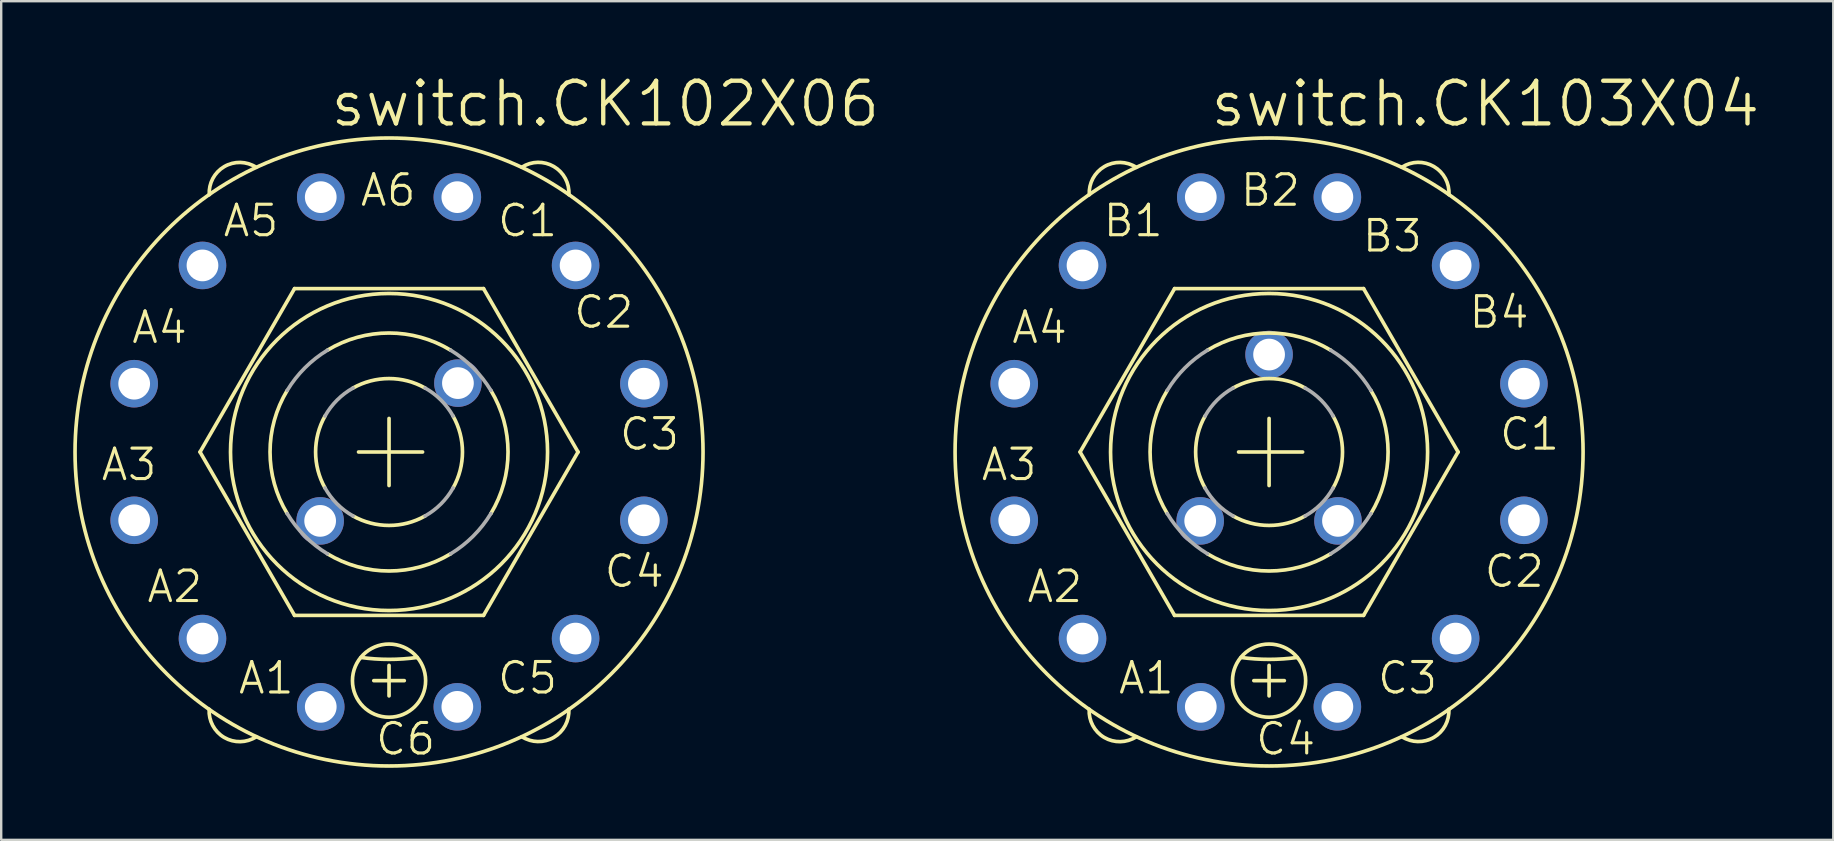
<source format=kicad_pcb>
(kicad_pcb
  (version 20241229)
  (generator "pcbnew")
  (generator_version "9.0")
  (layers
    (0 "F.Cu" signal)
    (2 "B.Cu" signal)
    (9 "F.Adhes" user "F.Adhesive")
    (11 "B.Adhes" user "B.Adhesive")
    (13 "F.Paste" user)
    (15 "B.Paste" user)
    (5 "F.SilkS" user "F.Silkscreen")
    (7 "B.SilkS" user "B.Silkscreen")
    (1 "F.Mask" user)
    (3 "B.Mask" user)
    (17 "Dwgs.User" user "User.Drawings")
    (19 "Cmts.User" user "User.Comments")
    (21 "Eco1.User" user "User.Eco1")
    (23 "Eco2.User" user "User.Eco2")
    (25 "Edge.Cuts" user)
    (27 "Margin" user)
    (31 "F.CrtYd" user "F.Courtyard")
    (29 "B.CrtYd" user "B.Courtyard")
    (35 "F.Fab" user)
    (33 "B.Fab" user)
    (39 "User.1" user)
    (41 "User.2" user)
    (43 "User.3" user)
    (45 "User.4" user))
  (footprint "switch.CK102X06"
    (layer "F.Cu")
    (at 13.157 15.78)
    (property "Reference" "switch.CK102X06" (at -2.54 -13.462 0) (layer "F.SilkS") (effects (font (size 1.778 1.778) (thickness 0.18)) (justify left bottom)))
    (attr through_hole)
    (fp_line (start -7.874 0) (end -3.937 -6.807) (stroke (width 0.152) (type default)) (layer "F.SilkS"))
    (fp_line (start -3.937 -6.807) (end 3.937 -6.807) (stroke (width 0.152) (type default)) (layer "F.SilkS"))
    (fp_line (start -3.937 6.807) (end -7.874 0) (stroke (width 0.152) (type default)) (layer "F.SilkS"))
    (fp_line (start -1.27 0) (end 1.397 0) (stroke (width 0.152) (type default)) (layer "F.SilkS"))
    (fp_line (start -0.635 9.525) (end 0.635 9.525) (stroke (width 0.152) (type default)) (layer "F.SilkS"))
    (fp_line (start 0 1.397) (end 0 -1.397) (stroke (width 0.152) (type default)) (layer "F.SilkS"))
    (fp_line (start 0 8.89) (end 0 10.16) (stroke (width 0.152) (type default)) (layer "F.SilkS"))
    (fp_line (start 3.937 -6.807) (end 7.874 0) (stroke (width 0.152) (type default)) (layer "F.SilkS"))
    (fp_line (start 3.937 6.807) (end -3.937 6.807) (stroke (width 0.152) (type default)) (layer "F.SilkS"))
    (fp_line (start 7.874 0) (end 3.937 6.807) (stroke (width 0.152) (type default)) (layer "F.SilkS"))
    (fp_arc (start -7.4889 -10.719) (mid -6.863775 -11.889487) (end -5.5371 -11.862) (stroke (width 0.1524) (type default)) (layer "F.SilkS"))
    (fp_arc (start -5.535 11.8652) (mid -6.865842 11.89293) (end -7.493 10.7188) (stroke (width 0.1524) (type default)) (layer "F.SilkS"))
    (fp_arc (start -4.2418 2.5654) (mid -4.957232 0) (end -4.2418 -2.5654) (stroke (width 0.1524) (type default)) (layer "F.SilkS"))
    (fp_arc (start -2.667 1.4986) (mid -3.059198 0) (end -2.667 -1.4986) (stroke (width 0.1524) (type default)) (layer "F.SilkS"))
    (fp_arc (start -2.5654 -4.2418) (mid 0 -4.957232) (end 2.5654 -4.2418) (stroke (width 0.1524) (type default)) (layer "F.SilkS"))
    (fp_arc (start -1.4986 -2.667) (mid 0 -3.059198) (end 1.4986 -2.667) (stroke (width 0.1524) (type default)) (layer "F.SilkS"))
    (fp_arc (start 1.1684 8.5598) (mid 0 8.639174) (end -1.1684 8.5598) (stroke (width 0.1524) (type default)) (layer "F.SilkS"))
    (fp_arc (start 1.4986 2.667) (mid 0 3.059198) (end -1.4986 2.667) (stroke (width 0.1524) (type default)) (layer "F.SilkS"))
    (fp_arc (start 2.5654 4.2418) (mid 0 4.957232) (end -2.5654 4.2418) (stroke (width 0.1524) (type default)) (layer "F.SilkS"))
    (fp_arc (start 2.667 -1.4986) (mid 3.059198 0) (end 2.667 1.4986) (stroke (width 0.1524) (type default)) (layer "F.SilkS"))
    (fp_arc (start 4.2418 -2.5654) (mid 4.957232 0) (end 4.2418 2.5654) (stroke (width 0.1524) (type default)) (layer "F.SilkS"))
    (fp_arc (start 5.535 -11.8652) (mid 6.865842 -11.89293) (end 7.493 -10.7188) (stroke (width 0.1524) (type default)) (layer "F.SilkS"))
    (fp_arc (start 7.4886 10.719) (mid 6.863613 11.889263) (end 5.5372 11.8618) (stroke (width 0.1524) (type default)) (layer "F.SilkS"))
    (fp_circle (center 0 0) (end 6.604 0) (stroke (width 0.152) (type default)) (fill no) (layer "F.SilkS"))
    (fp_circle (center 0 0) (end 13.081 0) (stroke (width 0.152) (type default)) (fill no) (layer "F.SilkS"))
    (fp_circle (center 0 9.525) (end 1.524 9.525) (stroke (width 0.152) (type default)) (fill no) (layer "F.SilkS"))
    (fp_arc (start -4.2418 -2.5654) (mid -3.505292 -3.505292) (end -2.5654 -4.2418) (stroke (width 0.1524) (type default)) (layer "F.Fab"))
    (fp_arc (start -2.667 -1.4986) (mid -2.163179 -2.163179) (end -1.4986 -2.667) (stroke (width 0.1524) (type default)) (layer "F.Fab"))
    (fp_arc (start -2.5654 4.2418) (mid -3.505292 3.505292) (end -4.2418 2.5654) (stroke (width 0.1524) (type default)) (layer "F.Fab"))
    (fp_arc (start -1.4986 2.667) (mid -2.163179 2.163179) (end -2.667 1.4986) (stroke (width 0.1524) (type default)) (layer "F.Fab"))
    (fp_arc (start 1.4986 -2.667) (mid 2.163179 -2.163179) (end 2.667 -1.4986) (stroke (width 0.1524) (type default)) (layer "F.Fab"))
    (fp_arc (start 2.5654 -4.2418) (mid 3.505292 -3.505292) (end 4.2418 -2.5654) (stroke (width 0.1524) (type default)) (layer "F.Fab"))
    (fp_arc (start 2.667 1.4986) (mid 2.163179 2.163179) (end 1.4986 2.667) (stroke (width 0.1524) (type default)) (layer "F.Fab"))
    (fp_arc (start 4.2418 2.5654) (mid 3.505292 3.505292) (end 2.5654 4.2418) (stroke (width 0.1524) (type default)) (layer "F.Fab"))
    (fp_text user "A2" (at -10.16 6.35 0) (layer "F.SilkS") (effects (font (size 1.27 1.27) (thickness 0.13)) (justify left bottom)))
    (fp_text user "C1" (at 4.445 -8.89 0) (layer "F.SilkS") (effects (font (size 1.27 1.27) (thickness 0.13)) (justify left bottom)))
    (fp_text user "C3" (at 9.525 0 0) (layer "F.SilkS") (effects (font (size 1.27 1.27) (thickness 0.13)) (justify left bottom)))
    (fp_text user "A6" (at -1.27 -10.16 0) (layer "F.SilkS") (effects (font (size 1.27 1.27) (thickness 0.13)) (justify left bottom)))
    (fp_text user "A1" (at -6.35 10.16 0) (layer "F.SilkS") (effects (font (size 1.27 1.27) (thickness 0.13)) (justify left bottom)))
    (fp_text user "A5" (at -6.985 -8.89 0) (layer "F.SilkS") (effects (font (size 1.27 1.27) (thickness 0.13)) (justify left bottom)))
    (fp_text user "C2" (at 7.62 -5.08 0) (layer "F.SilkS") (effects (font (size 1.27 1.27) (thickness 0.13)) (justify left bottom)))
    (fp_text user "C6" (at -0.635 12.7 0) (layer "F.SilkS") (effects (font (size 1.27 1.27) (thickness 0.13)) (justify left bottom)))
    (fp_text user "A3" (at -12.065 1.27 0) (layer "F.SilkS") (effects (font (size 1.27 1.27) (thickness 0.13)) (justify left bottom)))
    (fp_text user "C4" (at 8.89 5.715 0) (layer "F.SilkS") (effects (font (size 1.27 1.27) (thickness 0.13)) (justify left bottom)))
    (fp_text user "C5" (at 4.445 10.16 0) (layer "F.SilkS") (effects (font (size 1.27 1.27) (thickness 0.13)) (justify left bottom)))
    (fp_text user "A4" (at -10.795 -4.445 0) (layer "F.SilkS") (effects (font (size 1.27 1.27) (thickness 0.13)) (justify left bottom)))
    (pad "A" thru_hole circle (at -2.87 2.87) (size 1.981 1.981) (drill 1.321) (layers "*.Cu" "*.Mask"))
    (pad "A1" thru_hole circle (at -2.845 10.617) (size 1.981 1.981) (drill 1.321) (layers "*.Cu" "*.Mask"))
    (pad "A2" thru_hole circle (at -7.772 7.772) (size 1.981 1.981) (drill 1.321) (layers "*.Cu" "*.Mask"))
    (pad "A3" thru_hole circle (at -10.617 2.845) (size 1.981 1.981) (drill 1.321) (layers "*.Cu" "*.Mask"))
    (pad "A4" thru_hole circle (at -10.617 -2.845) (size 1.981 1.981) (drill 1.321) (layers "*.Cu" "*.Mask"))
    (pad "A5" thru_hole circle (at -7.772 -7.772) (size 1.981 1.981) (drill 1.321) (layers "*.Cu" "*.Mask"))
    (pad "A6" thru_hole circle (at -2.845 -10.617) (size 1.981 1.981) (drill 1.321) (layers "*.Cu" "*.Mask"))
    (pad "C" thru_hole circle (at 2.87 -2.87) (size 1.981 1.981) (drill 1.321) (layers "*.Cu" "*.Mask"))
    (pad "C1" thru_hole circle (at 2.845 -10.617) (size 1.981 1.981) (drill 1.321) (layers "*.Cu" "*.Mask"))
    (pad "C2" thru_hole circle (at 7.772 -7.772) (size 1.981 1.981) (drill 1.321) (layers "*.Cu" "*.Mask"))
    (pad "C3" thru_hole circle (at 10.617 -2.845) (size 1.981 1.981) (drill 1.321) (layers "*.Cu" "*.Mask"))
    (pad "C4" thru_hole circle (at 10.617 2.845) (size 1.981 1.981) (drill 1.321) (layers "*.Cu" "*.Mask"))
    (pad "C5" thru_hole circle (at 7.772 7.772) (size 1.981 1.981) (drill 1.321) (layers "*.Cu" "*.Mask"))
    (pad "C6" thru_hole circle (at 2.845 10.617) (size 1.981 1.981) (drill 1.321) (layers "*.Cu" "*.Mask")))
  (footprint "switch.CK103X04"
    (layer "F.Cu")
    (at 49.819 15.78)
    (property "Reference" "switch.CK103X04" (at -2.54 -13.462 0) (layer "F.SilkS") (effects (font (size 1.778 1.778) (thickness 0.18)) (justify left bottom)))
    (attr through_hole)
    (fp_line (start -7.874 0) (end -3.937 -6.807) (stroke (width 0.152) (type default)) (layer "F.SilkS"))
    (fp_line (start -3.937 -6.807) (end 3.937 -6.807) (stroke (width 0.152) (type default)) (layer "F.SilkS"))
    (fp_line (start -3.937 6.807) (end -7.874 0) (stroke (width 0.152) (type default)) (layer "F.SilkS"))
    (fp_line (start -1.27 0) (end 1.397 0) (stroke (width 0.152) (type default)) (layer "F.SilkS"))
    (fp_line (start -0.635 9.525) (end 0.635 9.525) (stroke (width 0.152) (type default)) (layer "F.SilkS"))
    (fp_line (start 0 1.397) (end 0 -1.397) (stroke (width 0.152) (type default)) (layer "F.SilkS"))
    (fp_line (start 0 8.89) (end 0 10.16) (stroke (width 0.152) (type default)) (layer "F.SilkS"))
    (fp_line (start 3.937 -6.807) (end 7.874 0) (stroke (width 0.152) (type default)) (layer "F.SilkS"))
    (fp_line (start 3.937 6.807) (end -3.937 6.807) (stroke (width 0.152) (type default)) (layer "F.SilkS"))
    (fp_line (start 7.874 0) (end 3.937 6.807) (stroke (width 0.152) (type default)) (layer "F.SilkS"))
    (fp_arc (start -7.4889 -10.719) (mid -6.863775 -11.889487) (end -5.5371 -11.862) (stroke (width 0.1524) (type default)) (layer "F.SilkS"))
    (fp_arc (start -5.535 11.8652) (mid -6.865842 11.89293) (end -7.493 10.7188) (stroke (width 0.1524) (type default)) (layer "F.SilkS"))
    (fp_arc (start -4.2418 2.5654) (mid -4.957232 0) (end -4.2418 -2.5654) (stroke (width 0.1524) (type default)) (layer "F.SilkS"))
    (fp_arc (start -2.667 1.4986) (mid -3.059198 0) (end -2.667 -1.4986) (stroke (width 0.1524) (type default)) (layer "F.SilkS"))
    (fp_arc (start -2.5654 -4.2418) (mid 0 -4.957232) (end 2.5654 -4.2418) (stroke (width 0.1524) (type default)) (layer "F.SilkS"))
    (fp_arc (start -1.4986 -2.667) (mid 0 -3.059198) (end 1.4986 -2.667) (stroke (width 0.1524) (type default)) (layer "F.SilkS"))
    (fp_arc (start 1.1684 8.5598) (mid 0 8.639174) (end -1.1684 8.5598) (stroke (width 0.1524) (type default)) (layer "F.SilkS"))
    (fp_arc (start 1.4986 2.667) (mid 0 3.059198) (end -1.4986 2.667) (stroke (width 0.1524) (type default)) (layer "F.SilkS"))
    (fp_arc (start 2.5654 4.2418) (mid 0 4.957232) (end -2.5654 4.2418) (stroke (width 0.1524) (type default)) (layer "F.SilkS"))
    (fp_arc (start 2.667 -1.4986) (mid 3.059198 0) (end 2.667 1.4986) (stroke (width 0.1524) (type default)) (layer "F.SilkS"))
    (fp_arc (start 4.2418 -2.5654) (mid 4.957232 0) (end 4.2418 2.5654) (stroke (width 0.1524) (type default)) (layer "F.SilkS"))
    (fp_arc (start 5.535 -11.8652) (mid 6.865842 -11.89293) (end 7.493 -10.7188) (stroke (width 0.1524) (type default)) (layer "F.SilkS"))
    (fp_arc (start 7.4886 10.719) (mid 6.863613 11.889263) (end 5.5372 11.8618) (stroke (width 0.1524) (type default)) (layer "F.SilkS"))
    (fp_circle (center 0 0) (end 6.604 0) (stroke (width 0.152) (type default)) (fill no) (layer "F.SilkS"))
    (fp_circle (center 0 0) (end 13.081 0) (stroke (width 0.152) (type default)) (fill no) (layer "F.SilkS"))
    (fp_circle (center 0 9.525) (end 1.524 9.525) (stroke (width 0.152) (type default)) (fill no) (layer "F.SilkS"))
    (fp_arc (start -4.2418 -2.5654) (mid -3.505292 -3.505292) (end -2.5654 -4.2418) (stroke (width 0.1524) (type default)) (layer "F.Fab"))
    (fp_arc (start -2.667 -1.4986) (mid -2.163179 -2.163179) (end -1.4986 -2.667) (stroke (width 0.1524) (type default)) (layer "F.Fab"))
    (fp_arc (start -2.5654 4.2418) (mid -3.505292 3.505292) (end -4.2418 2.5654) (stroke (width 0.1524) (type default)) (layer "F.Fab"))
    (fp_arc (start -1.4986 2.667) (mid -2.163179 2.163179) (end -2.667 1.4986) (stroke (width 0.1524) (type default)) (layer "F.Fab"))
    (fp_arc (start 1.4986 -2.667) (mid 2.163179 -2.163179) (end 2.667 -1.4986) (stroke (width 0.1524) (type default)) (layer "F.Fab"))
    (fp_arc (start 2.5654 -4.2418) (mid 3.505292 -3.505292) (end 4.2418 -2.5654) (stroke (width 0.1524) (type default)) (layer "F.Fab"))
    (fp_arc (start 2.667 1.4986) (mid 2.163179 2.163179) (end 1.4986 2.667) (stroke (width 0.1524) (type default)) (layer "F.Fab"))
    (fp_arc (start 4.2418 2.5654) (mid 3.505292 3.505292) (end 2.5654 4.2418) (stroke (width 0.1524) (type default)) (layer "F.Fab"))
    (fp_text user "C2" (at 8.89 5.715 0) (layer "F.SilkS") (effects (font (size 1.27 1.27) (thickness 0.13)) (justify left bottom)))
    (fp_text user "A1" (at -6.35 10.16 0) (layer "F.SilkS") (effects (font (size 1.27 1.27) (thickness 0.13)) (justify left bottom)))
    (fp_text user "C1" (at 9.525 0 0) (layer "F.SilkS") (effects (font (size 1.27 1.27) (thickness 0.13)) (justify left bottom)))
    (fp_text user "A2" (at -10.16 6.35 0) (layer "F.SilkS") (effects (font (size 1.27 1.27) (thickness 0.13)) (justify left bottom)))
    (fp_text user "B1" (at -6.985 -8.89 0) (layer "F.SilkS") (effects (font (size 1.27 1.27) (thickness 0.13)) (justify left bottom)))
    (fp_text user "A4" (at -10.795 -4.445 0) (layer "F.SilkS") (effects (font (size 1.27 1.27) (thickness 0.13)) (justify left bottom)))
    (fp_text user "B4" (at 8.255 -5.08 0) (layer "F.SilkS") (effects (font (size 1.27 1.27) (thickness 0.13)) (justify left bottom)))
    (fp_text user "B3" (at 3.81 -8.255 0) (layer "F.SilkS") (effects (font (size 1.27 1.27) (thickness 0.13)) (justify left bottom)))
    (fp_text user "C4" (at -0.635 12.7 0) (layer "F.SilkS") (effects (font (size 1.27 1.27) (thickness 0.13)) (justify left bottom)))
    (fp_text user "C3" (at 4.445 10.16 0) (layer "F.SilkS") (effects (font (size 1.27 1.27) (thickness 0.13)) (justify left bottom)))
    (fp_text user "A3" (at -12.065 1.27 0) (layer "F.SilkS") (effects (font (size 1.27 1.27) (thickness 0.13)) (justify left bottom)))
    (fp_text user "B2" (at -1.27 -10.16 0) (layer "F.SilkS") (effects (font (size 1.27 1.27) (thickness 0.13)) (justify left bottom)))
    (pad "A" thru_hole circle (at -2.87 2.87) (size 1.981 1.981) (drill 1.321) (layers "*.Cu" "*.Mask"))
    (pad "A1" thru_hole circle (at -2.845 10.617) (size 1.981 1.981) (drill 1.321) (layers "*.Cu" "*.Mask"))
    (pad "A2" thru_hole circle (at -7.772 7.772) (size 1.981 1.981) (drill 1.321) (layers "*.Cu" "*.Mask"))
    (pad "A3" thru_hole circle (at -10.617 2.845) (size 1.981 1.981) (drill 1.321) (layers "*.Cu" "*.Mask"))
    (pad "A4" thru_hole circle (at -10.617 -2.845) (size 1.981 1.981) (drill 1.321) (layers "*.Cu" "*.Mask"))
    (pad "B" thru_hole circle (at 0 -4.059) (size 1.981 1.981) (drill 1.321) (layers "*.Cu" "*.Mask"))
    (pad "B1" thru_hole circle (at -7.772 -7.772) (size 1.981 1.981) (drill 1.321) (layers "*.Cu" "*.Mask"))
    (pad "B2" thru_hole circle (at -2.845 -10.617) (size 1.981 1.981) (drill 1.321) (layers "*.Cu" "*.Mask"))
    (pad "B3" thru_hole circle (at 2.845 -10.617) (size 1.981 1.981) (drill 1.321) (layers "*.Cu" "*.Mask"))
    (pad "B4" thru_hole circle (at 7.772 -7.772) (size 1.981 1.981) (drill 1.321) (layers "*.Cu" "*.Mask"))
    (pad "C" thru_hole circle (at 2.87 2.87) (size 1.981 1.981) (drill 1.321) (layers "*.Cu" "*.Mask"))
    (pad "C1" thru_hole circle (at 10.617 -2.845) (size 1.981 1.981) (drill 1.321) (layers "*.Cu" "*.Mask"))
    (pad "C2" thru_hole circle (at 10.617 2.845) (size 1.981 1.981) (drill 1.321) (layers "*.Cu" "*.Mask"))
    (pad "C3" thru_hole circle (at 7.772 7.772) (size 1.981 1.981) (drill 1.321) (layers "*.Cu" "*.Mask"))
    (pad "C4" thru_hole circle (at 2.845 10.617) (size 1.981 1.981) (drill 1.321) (layers "*.Cu" "*.Mask")))
  (gr_rect
    (start -3 -3)
    (end 73.323 31.937)
    (stroke (width 0.1) (type default))
    (fill no)
    (layer "Edge.Cuts")))
</source>
